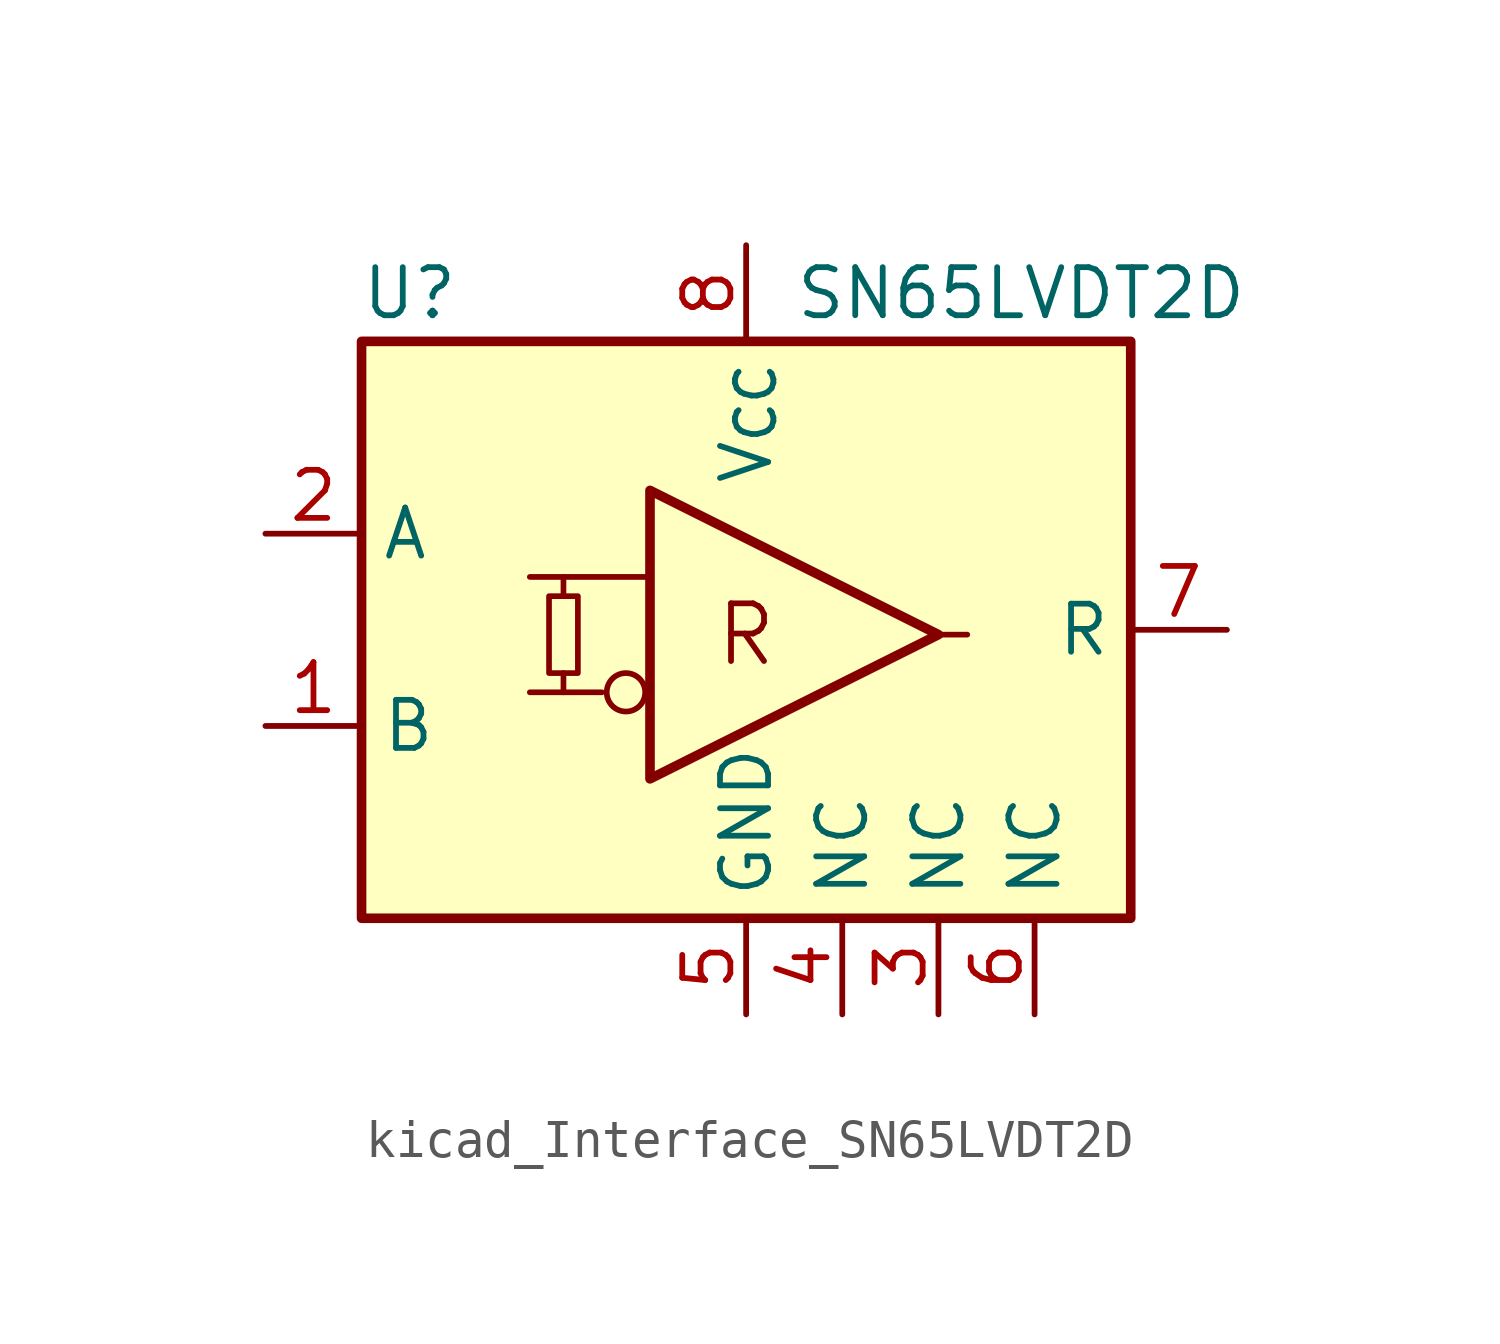
<source format=kicad_sym>
(kicad_symbol_lib
  (version 20220914)
  (generator kicad_symbol_editor)
  (symbol "kicad_Interface_SN65LVDT2D"
    (property "Reference" "U"
      (at -8.89 8.89 0)
      (effects (font (size 1.27 1.27))))
    (property "Value" "SN65LVDT2D"
      (at 1.27 8.89 0)
      (effects (font (size 1.27 1.27)) (justify left)))
    (symbol "kicad_Interface_SN65LVDT2D_0_1"
      (rectangle (start -5.207 0.889) (end -4.445 -1.143) (stroke (width 0.15) (type default) (color 0 0 0 0)) (fill (type background)))
      (polyline (pts (xy -4.826 -1.143) (xy -4.826 -1.651)) (stroke (width 0.15) (type default) (color 0 0 0 0)) (fill (type none)))
      (polyline (pts (xy -4.826 1.397) (xy -4.826 0.889)) (stroke (width 0.15) (type default) (color 0 0 0 0)) (fill (type none))))
    (symbol "kicad_Interface_SN65LVDT2D_1_0"
      (rectangle (start -10.16 7.62) (end 10.16 -7.62) (stroke (width 0.254) (type default) (color 0 0 0 0)) (fill (type background)))
      (circle (center -3.175 -1.651) (radius 0.508) (stroke (width 0.15) (type default) (color 0 0 0 0)) (fill (type none)))
      (text "R" (at 0 -0.127 0) (effects (font (size 1.524 1.524)))))
    (symbol "kicad_Interface_SN65LVDT2D_1_1"
      (polyline (pts (xy -5.715 -1.651) (xy -3.81 -1.651)) (stroke (width 0.15) (type default) (color 0 0 0 0)) (fill (type none)))
      (polyline (pts (xy -5.715 1.397) (xy -2.667 1.397)) (stroke (width 0.15) (type default) (color 0 0 0 0)) (fill (type none)))
      (polyline (pts (xy 5.842 -0.127) (xy 5.08 -0.127)) (stroke (width 0.15) (type default) (color 0 0 0 0)) (fill (type none)))
      (polyline (pts (xy -2.54 -3.937) (xy -2.54 3.683) (xy 5.08 -0.127) (xy -2.54 -3.937)) (stroke (width 0.254) (type default) (color 0 0 0 0)) (fill (type none)))
      (pin input line (at -12.7 -2.54 0) (length 2.54) (name "B" (effects (font (size 1.27 1.27)))) (number "1" (effects (font (size 1.27 1.27)))))
      (pin input line (at -12.7 2.54 0) (length 2.54) (name "A" (effects (font (size 1.27 1.27)))) (number "2" (effects (font (size 1.27 1.27)))))
      (pin passive line (at 5.08 -10.16 90) (length 2.54) (name "NC" (effects (font (size 1.27 1.27)))) (number "3" (effects (font (size 1.27 1.27)))))
      (pin passive line (at 2.54 -10.16 90) (length 2.54) (name "NC" (effects (font (size 1.27 1.27)))) (number "4" (effects (font (size 1.27 1.27)))))
      (pin power_in line (at 0 -10.16 90) (length 2.54) (name "GND" (effects (font (size 1.27 1.27)))) (number "5" (effects (font (size 1.27 1.27)))))
      (pin passive line (at 7.62 -10.16 90) (length 2.54) (name "NC" (effects (font (size 1.27 1.27)))) (number "6" (effects (font (size 1.27 1.27)))))
      (pin output line (at 12.7 0 180) (length 2.54) (name "R" (effects (font (size 1.27 1.27)))) (number "7" (effects (font (size 1.27 1.27)))))
      (pin power_in line (at 0 10.16 270) (length 2.54) (name "V_{CC}" (effects (font (size 1.27 1.27)))) (number "8" (effects (font (size 1.27 1.27))))))))
</source>
